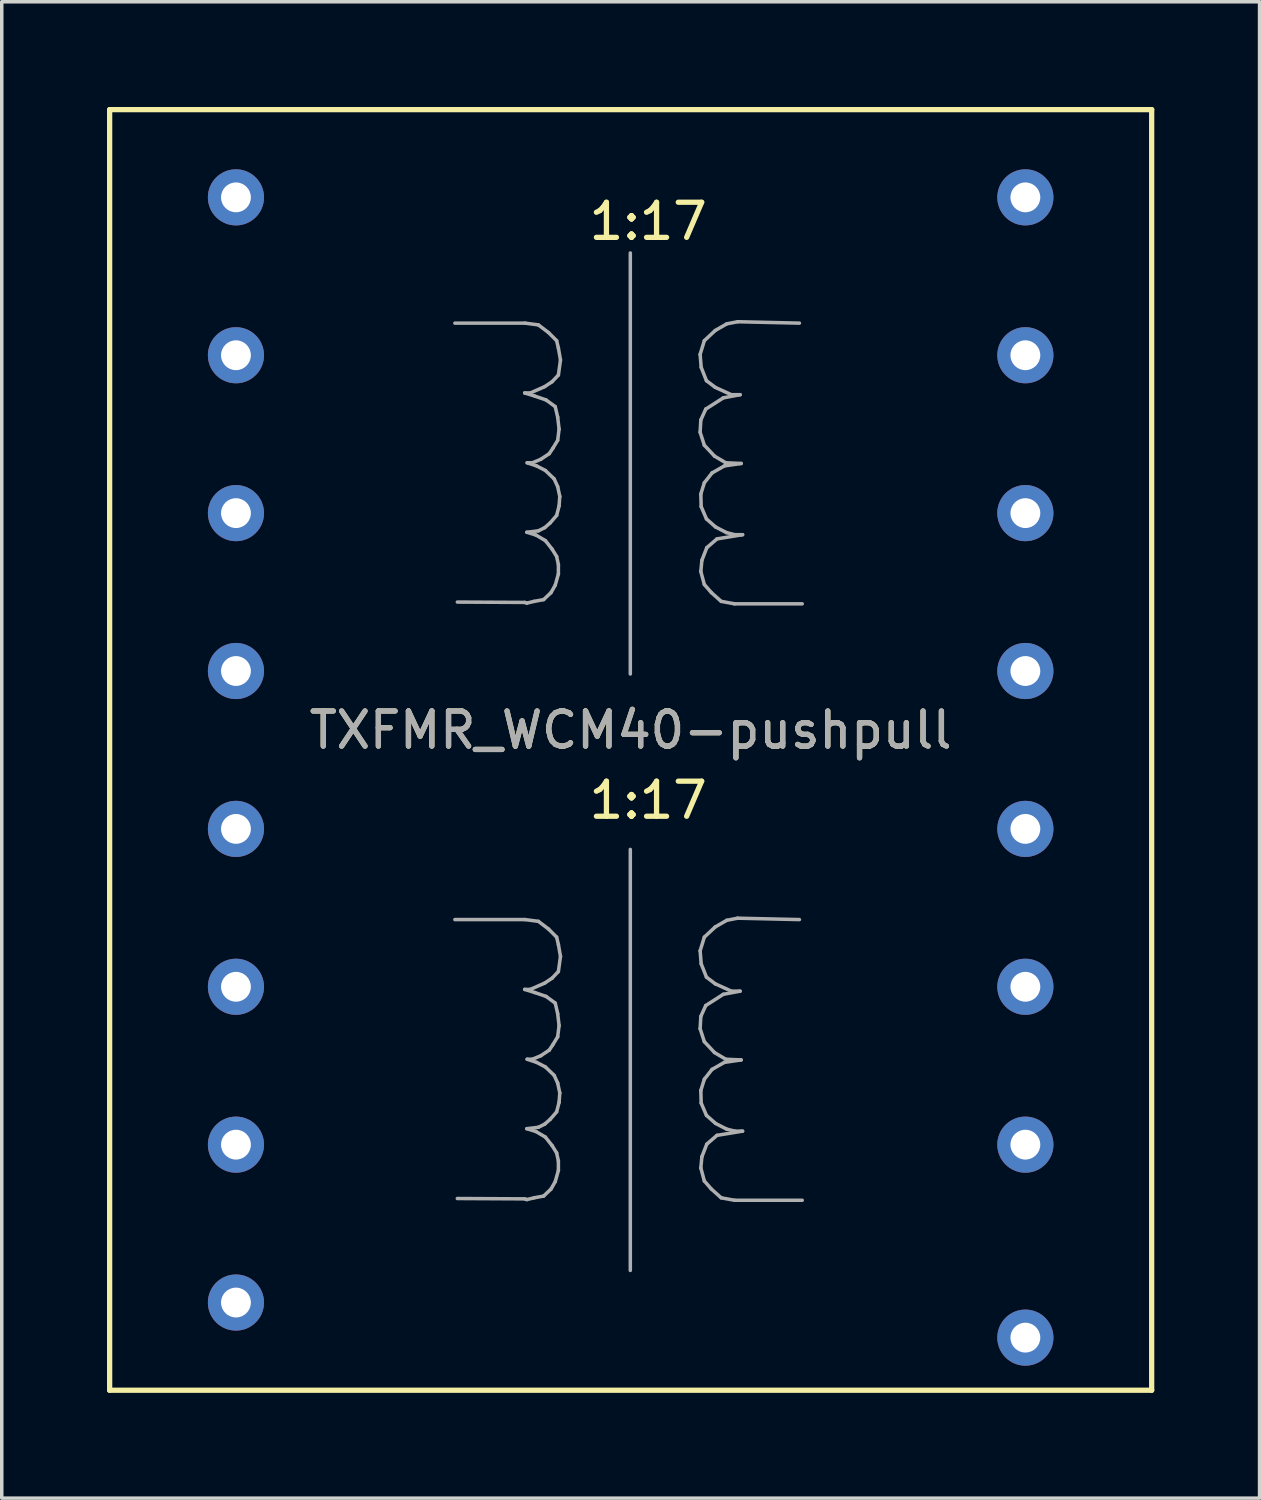
<source format=kicad_pcb>
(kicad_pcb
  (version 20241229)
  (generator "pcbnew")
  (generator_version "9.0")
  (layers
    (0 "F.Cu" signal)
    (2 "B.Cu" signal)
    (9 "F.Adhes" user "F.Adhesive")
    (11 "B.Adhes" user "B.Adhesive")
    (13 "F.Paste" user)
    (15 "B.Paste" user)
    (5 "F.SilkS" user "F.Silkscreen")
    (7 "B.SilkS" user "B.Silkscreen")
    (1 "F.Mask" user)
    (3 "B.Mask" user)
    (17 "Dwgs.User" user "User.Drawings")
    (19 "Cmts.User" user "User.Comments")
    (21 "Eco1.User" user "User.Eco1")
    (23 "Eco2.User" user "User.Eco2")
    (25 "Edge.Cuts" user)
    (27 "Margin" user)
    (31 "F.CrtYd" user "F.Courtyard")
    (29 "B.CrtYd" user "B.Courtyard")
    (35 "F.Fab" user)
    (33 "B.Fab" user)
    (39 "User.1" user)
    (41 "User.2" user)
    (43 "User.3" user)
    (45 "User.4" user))
  (footprint "TXFMR_WCM40-pushpull"
    (layer "F.Cu")
    (at 14.925 18.325)
    (property "Reference" "TXFMR_WCM40-pushpull" (at 0 -0.565 0) (layer "F.SilkS") (effects (font (size 1 1) (thickness 0.15))))
    (attr through_hole)
    (fp_line (start -14.85 -18.25) (end 14.85 -18.25) (stroke (width 0.15) (type solid)) (layer "F.SilkS"))
    (fp_line (start -14.85 18.25) (end -14.85 -18.25) (stroke (width 0.15) (type solid)) (layer "F.SilkS"))
    (fp_line (start 14.85 -18.25) (end 14.85 18.25) (stroke (width 0.15) (type solid)) (layer "F.SilkS"))
    (fp_line (start 14.85 18.25) (end -14.85 18.25) (stroke (width 0.15) (type solid)) (layer "F.SilkS"))
    (fp_line (start -5.01 -12.165) (end -3.01 -12.165) (stroke (width 0.1) (type solid)) (layer "F.Fab"))
    (fp_line (start -5.01 4.835) (end -3.01 4.835) (stroke (width 0.1) (type solid)) (layer "F.Fab"))
    (fp_line (start -3.02 -10.175) (end -2.73 -10.085) (stroke (width 0.1) (type solid)) (layer "F.Fab"))
    (fp_line (start -3.02 -4.205) (end -4.94 -4.215) (stroke (width 0.1) (type solid)) (layer "F.Fab"))
    (fp_line (start -3.02 6.825) (end -2.73 6.915) (stroke (width 0.1) (type solid)) (layer "F.Fab"))
    (fp_line (start -3.02 12.795) (end -4.94 12.785) (stroke (width 0.1) (type solid)) (layer "F.Fab"))
    (fp_line (start -3.01 -12.165) (end -2.63 -12.115) (stroke (width 0.1) (type solid)) (layer "F.Fab"))
    (fp_line (start -3.01 4.835) (end -2.63 4.885) (stroke (width 0.1) (type solid)) (layer "F.Fab"))
    (fp_line (start -2.96 -6.205) (end -2.7 -6.125) (stroke (width 0.1) (type solid)) (layer "F.Fab"))
    (fp_line (start -2.96 -4.185) (end -3.02 -4.205) (stroke (width 0.1) (type solid)) (layer "F.Fab"))
    (fp_line (start -2.96 10.795) (end -2.7 10.875) (stroke (width 0.1) (type solid)) (layer "F.Fab"))
    (fp_line (start -2.96 12.815) (end -3.02 12.795) (stroke (width 0.1) (type solid)) (layer "F.Fab"))
    (fp_line (start -2.95 -8.185) (end -2.68 -8.095) (stroke (width 0.1) (type solid)) (layer "F.Fab"))
    (fp_line (start -2.95 8.815) (end -2.68 8.905) (stroke (width 0.1) (type solid)) (layer "F.Fab"))
    (fp_line (start -2.86 -10.175) (end -3.02 -10.175) (stroke (width 0.1) (type solid)) (layer "F.Fab"))
    (fp_line (start -2.86 6.825) (end -3.02 6.825) (stroke (width 0.1) (type solid)) (layer "F.Fab"))
    (fp_line (start -2.8 -8.185) (end -2.95 -8.185) (stroke (width 0.1) (type solid)) (layer "F.Fab"))
    (fp_line (start -2.8 8.815) (end -2.95 8.815) (stroke (width 0.1) (type solid)) (layer "F.Fab"))
    (fp_line (start -2.75 -4.235) (end -2.96 -4.185) (stroke (width 0.1) (type solid)) (layer "F.Fab"))
    (fp_line (start -2.75 12.765) (end -2.96 12.815) (stroke (width 0.1) (type solid)) (layer "F.Fab"))
    (fp_line (start -2.73 -10.085) (end -2.41 -9.975) (stroke (width 0.1) (type solid)) (layer "F.Fab"))
    (fp_line (start -2.73 6.915) (end -2.41 7.025) (stroke (width 0.1) (type solid)) (layer "F.Fab"))
    (fp_line (start -2.7 -6.125) (end -2.43 -5.965) (stroke (width 0.1) (type solid)) (layer "F.Fab"))
    (fp_line (start -2.7 10.875) (end -2.43 11.035) (stroke (width 0.1) (type solid)) (layer "F.Fab"))
    (fp_line (start -2.68 -8.095) (end -2.43 -7.965) (stroke (width 0.1) (type solid)) (layer "F.Fab"))
    (fp_line (start -2.68 8.905) (end -2.43 9.035) (stroke (width 0.1) (type solid)) (layer "F.Fab"))
    (fp_line (start -2.63 -12.115) (end -2.34 -11.895) (stroke (width 0.1) (type solid)) (layer "F.Fab"))
    (fp_line (start -2.63 -6.245) (end -2.96 -6.205) (stroke (width 0.1) (type solid)) (layer "F.Fab"))
    (fp_line (start -2.63 4.885) (end -2.34 5.105) (stroke (width 0.1) (type solid)) (layer "F.Fab"))
    (fp_line (start -2.63 10.755) (end -2.96 10.795) (stroke (width 0.1) (type solid)) (layer "F.Fab"))
    (fp_line (start -2.56 -8.285) (end -2.8 -8.185) (stroke (width 0.1) (type solid)) (layer "F.Fab"))
    (fp_line (start -2.56 8.715) (end -2.8 8.815) (stroke (width 0.1) (type solid)) (layer "F.Fab"))
    (fp_line (start -2.48 -4.285) (end -2.75 -4.235) (stroke (width 0.1) (type solid)) (layer "F.Fab"))
    (fp_line (start -2.48 12.715) (end -2.75 12.765) (stroke (width 0.1) (type solid)) (layer "F.Fab"))
    (fp_line (start -2.45 -10.355) (end -2.86 -10.175) (stroke (width 0.1) (type solid)) (layer "F.Fab"))
    (fp_line (start -2.45 -6.335) (end -2.63 -6.245) (stroke (width 0.1) (type solid)) (layer "F.Fab"))
    (fp_line (start -2.45 6.645) (end -2.86 6.825) (stroke (width 0.1) (type solid)) (layer "F.Fab"))
    (fp_line (start -2.45 10.665) (end -2.63 10.755) (stroke (width 0.1) (type solid)) (layer "F.Fab"))
    (fp_line (start -2.43 -7.965) (end -2.18 -7.725) (stroke (width 0.1) (type solid)) (layer "F.Fab"))
    (fp_line (start -2.43 -5.965) (end -2.24 -5.725) (stroke (width 0.1) (type solid)) (layer "F.Fab"))
    (fp_line (start -2.43 9.035) (end -2.18 9.275) (stroke (width 0.1) (type solid)) (layer "F.Fab"))
    (fp_line (start -2.43 11.035) (end -2.24 11.275) (stroke (width 0.1) (type solid)) (layer "F.Fab"))
    (fp_line (start -2.41 -9.975) (end -2.15 -9.785) (stroke (width 0.1) (type solid)) (layer "F.Fab"))
    (fp_line (start -2.41 7.025) (end -2.15 7.215) (stroke (width 0.1) (type solid)) (layer "F.Fab"))
    (fp_line (start -2.34 -11.895) (end -2.11 -11.665) (stroke (width 0.1) (type solid)) (layer "F.Fab"))
    (fp_line (start -2.34 5.105) (end -2.11 5.335) (stroke (width 0.1) (type solid)) (layer "F.Fab"))
    (fp_line (start -2.32 -8.445) (end -2.56 -8.285) (stroke (width 0.1) (type solid)) (layer "F.Fab"))
    (fp_line (start -2.32 8.555) (end -2.56 8.715) (stroke (width 0.1) (type solid)) (layer "F.Fab"))
    (fp_line (start -2.29 -6.475) (end -2.45 -6.335) (stroke (width 0.1) (type solid)) (layer "F.Fab"))
    (fp_line (start -2.29 10.525) (end -2.45 10.665) (stroke (width 0.1) (type solid)) (layer "F.Fab"))
    (fp_line (start -2.27 -4.485) (end -2.48 -4.285) (stroke (width 0.1) (type solid)) (layer "F.Fab"))
    (fp_line (start -2.27 12.515) (end -2.48 12.715) (stroke (width 0.1) (type solid)) (layer "F.Fab"))
    (fp_line (start -2.24 -10.495) (end -2.45 -10.355) (stroke (width 0.1) (type solid)) (layer "F.Fab"))
    (fp_line (start -2.24 -5.725) (end -2.11 -5.515) (stroke (width 0.1) (type solid)) (layer "F.Fab"))
    (fp_line (start -2.24 6.505) (end -2.45 6.645) (stroke (width 0.1) (type solid)) (layer "F.Fab"))
    (fp_line (start -2.24 11.275) (end -2.11 11.485) (stroke (width 0.1) (type solid)) (layer "F.Fab"))
    (fp_line (start -2.22 -8.595) (end -2.32 -8.445) (stroke (width 0.1) (type solid)) (layer "F.Fab"))
    (fp_line (start -2.22 8.405) (end -2.32 8.555) (stroke (width 0.1) (type solid)) (layer "F.Fab"))
    (fp_line (start -2.18 -7.725) (end -2.08 -7.505) (stroke (width 0.1) (type solid)) (layer "F.Fab"))
    (fp_line (start -2.18 9.275) (end -2.08 9.495) (stroke (width 0.1) (type solid)) (layer "F.Fab"))
    (fp_line (start -2.15 -9.785) (end -2.08 -9.485) (stroke (width 0.1) (type solid)) (layer "F.Fab"))
    (fp_line (start -2.15 -4.695) (end -2.27 -4.485) (stroke (width 0.1) (type solid)) (layer "F.Fab"))
    (fp_line (start -2.15 7.215) (end -2.08 7.515) (stroke (width 0.1) (type solid)) (layer "F.Fab"))
    (fp_line (start -2.15 12.305) (end -2.27 12.515) (stroke (width 0.1) (type solid)) (layer "F.Fab"))
    (fp_line (start -2.11 -11.665) (end -2.06 -11.455) (stroke (width 0.1) (type solid)) (layer "F.Fab"))
    (fp_line (start -2.11 -6.685) (end -2.29 -6.475) (stroke (width 0.1) (type solid)) (layer "F.Fab"))
    (fp_line (start -2.11 -5.515) (end -2.06 -5.285) (stroke (width 0.1) (type solid)) (layer "F.Fab"))
    (fp_line (start -2.11 5.335) (end -2.06 5.545) (stroke (width 0.1) (type solid)) (layer "F.Fab"))
    (fp_line (start -2.11 10.315) (end -2.29 10.525) (stroke (width 0.1) (type solid)) (layer "F.Fab"))
    (fp_line (start -2.11 11.485) (end -2.06 11.715) (stroke (width 0.1) (type solid)) (layer "F.Fab"))
    (fp_line (start -2.08 -9.485) (end -2.04 -9.145) (stroke (width 0.1) (type solid)) (layer "F.Fab"))
    (fp_line (start -2.08 -8.825) (end -2.22 -8.595) (stroke (width 0.1) (type solid)) (layer "F.Fab"))
    (fp_line (start -2.08 -7.505) (end -2.02 -7.225) (stroke (width 0.1) (type solid)) (layer "F.Fab"))
    (fp_line (start -2.08 7.515) (end -2.04 7.855) (stroke (width 0.1) (type solid)) (layer "F.Fab"))
    (fp_line (start -2.08 8.175) (end -2.22 8.405) (stroke (width 0.1) (type solid)) (layer "F.Fab"))
    (fp_line (start -2.08 9.495) (end -2.02 9.775) (stroke (width 0.1) (type solid)) (layer "F.Fab"))
    (fp_line (start -2.06 -11.455) (end -2 -11.115) (stroke (width 0.1) (type solid)) (layer "F.Fab"))
    (fp_line (start -2.06 -10.685) (end -2.24 -10.495) (stroke (width 0.1) (type solid)) (layer "F.Fab"))
    (fp_line (start -2.06 -5.285) (end -2.06 -5.015) (stroke (width 0.1) (type solid)) (layer "F.Fab"))
    (fp_line (start -2.06 -5.015) (end -2.15 -4.695) (stroke (width 0.1) (type solid)) (layer "F.Fab"))
    (fp_line (start -2.06 5.545) (end -2 5.885) (stroke (width 0.1) (type solid)) (layer "F.Fab"))
    (fp_line (start -2.06 6.315) (end -2.24 6.505) (stroke (width 0.1) (type solid)) (layer "F.Fab"))
    (fp_line (start -2.06 11.715) (end -2.06 11.985) (stroke (width 0.1) (type solid)) (layer "F.Fab"))
    (fp_line (start -2.06 11.985) (end -2.15 12.305) (stroke (width 0.1) (type solid)) (layer "F.Fab"))
    (fp_line (start -2.04 -9.145) (end -2.08 -8.825) (stroke (width 0.1) (type solid)) (layer "F.Fab"))
    (fp_line (start -2.04 -6.955) (end -2.11 -6.685) (stroke (width 0.1) (type solid)) (layer "F.Fab"))
    (fp_line (start -2.04 7.855) (end -2.08 8.175) (stroke (width 0.1) (type solid)) (layer "F.Fab"))
    (fp_line (start -2.04 10.045) (end -2.11 10.315) (stroke (width 0.1) (type solid)) (layer "F.Fab"))
    (fp_line (start -2.02 -7.225) (end -2.04 -6.955) (stroke (width 0.1) (type solid)) (layer "F.Fab"))
    (fp_line (start -2.02 9.775) (end -2.04 10.045) (stroke (width 0.1) (type solid)) (layer "F.Fab"))
    (fp_line (start -2 -11.115) (end -2.06 -10.685) (stroke (width 0.1) (type solid)) (layer "F.Fab"))
    (fp_line (start -2 5.885) (end -2.06 6.315) (stroke (width 0.1) (type solid)) (layer "F.Fab"))
    (fp_line (start -0.01 -14.165) (end -0.01 -2.165) (stroke (width 0.1) (type solid)) (layer "F.Fab"))
    (fp_line (start -0.01 2.835) (end -0.01 14.835) (stroke (width 0.1) (type solid)) (layer "F.Fab"))
    (fp_line (start 1.98 -11.275) (end 2.01 -10.905) (stroke (width 0.1) (type solid)) (layer "F.Fab"))
    (fp_line (start 1.98 -9.055) (end 2.1 -8.685) (stroke (width 0.1) (type solid)) (layer "F.Fab"))
    (fp_line (start 1.98 5.725) (end 2.01 6.095) (stroke (width 0.1) (type solid)) (layer "F.Fab"))
    (fp_line (start 1.98 7.945) (end 2.1 8.315) (stroke (width 0.1) (type solid)) (layer "F.Fab"))
    (fp_line (start 2 -9.405) (end 1.98 -9.055) (stroke (width 0.1) (type solid)) (layer "F.Fab"))
    (fp_line (start 2 -7.295) (end 2.01 -6.935) (stroke (width 0.1) (type solid)) (layer "F.Fab"))
    (fp_line (start 2 -5.085) (end 2.1 -4.715) (stroke (width 0.1) (type solid)) (layer "F.Fab"))
    (fp_line (start 2 7.595) (end 1.98 7.945) (stroke (width 0.1) (type solid)) (layer "F.Fab"))
    (fp_line (start 2 9.705) (end 2.01 10.065) (stroke (width 0.1) (type solid)) (layer "F.Fab"))
    (fp_line (start 2 11.915) (end 2.1 12.285) (stroke (width 0.1) (type solid)) (layer "F.Fab"))
    (fp_line (start 2.01 -10.905) (end 2.16 -10.525) (stroke (width 0.1) (type solid)) (layer "F.Fab"))
    (fp_line (start 2.01 -6.935) (end 2.16 -6.585) (stroke (width 0.1) (type solid)) (layer "F.Fab"))
    (fp_line (start 2.01 6.095) (end 2.16 6.475) (stroke (width 0.1) (type solid)) (layer "F.Fab"))
    (fp_line (start 2.01 10.065) (end 2.16 10.415) (stroke (width 0.1) (type solid)) (layer "F.Fab"))
    (fp_line (start 2.03 -5.405) (end 2 -5.085) (stroke (width 0.1) (type solid)) (layer "F.Fab"))
    (fp_line (start 2.03 11.595) (end 2 11.915) (stroke (width 0.1) (type solid)) (layer "F.Fab"))
    (fp_line (start 2.1 -11.665) (end 1.98 -11.275) (stroke (width 0.1) (type solid)) (layer "F.Fab"))
    (fp_line (start 2.1 -8.685) (end 2.39 -8.375) (stroke (width 0.1) (type solid)) (layer "F.Fab"))
    (fp_line (start 2.1 -7.615) (end 2 -7.295) (stroke (width 0.1) (type solid)) (layer "F.Fab"))
    (fp_line (start 2.1 -4.715) (end 2.3 -4.485) (stroke (width 0.1) (type solid)) (layer "F.Fab"))
    (fp_line (start 2.1 5.335) (end 1.98 5.725) (stroke (width 0.1) (type solid)) (layer "F.Fab"))
    (fp_line (start 2.1 8.315) (end 2.39 8.625) (stroke (width 0.1) (type solid)) (layer "F.Fab"))
    (fp_line (start 2.1 9.385) (end 2 9.705) (stroke (width 0.1) (type solid)) (layer "F.Fab"))
    (fp_line (start 2.1 12.285) (end 2.3 12.515) (stroke (width 0.1) (type solid)) (layer "F.Fab"))
    (fp_line (start 2.14 -9.715) (end 2 -9.405) (stroke (width 0.1) (type solid)) (layer "F.Fab"))
    (fp_line (start 2.14 7.285) (end 2 7.595) (stroke (width 0.1) (type solid)) (layer "F.Fab"))
    (fp_line (start 2.16 -10.525) (end 2.41 -10.335) (stroke (width 0.1) (type solid)) (layer "F.Fab"))
    (fp_line (start 2.16 -6.585) (end 2.42 -6.355) (stroke (width 0.1) (type solid)) (layer "F.Fab"))
    (fp_line (start 2.16 6.475) (end 2.41 6.665) (stroke (width 0.1) (type solid)) (layer "F.Fab"))
    (fp_line (start 2.16 10.415) (end 2.42 10.645) (stroke (width 0.1) (type solid)) (layer "F.Fab"))
    (fp_line (start 2.17 -5.765) (end 2.03 -5.405) (stroke (width 0.1) (type solid)) (layer "F.Fab"))
    (fp_line (start 2.17 11.235) (end 2.03 11.595) (stroke (width 0.1) (type solid)) (layer "F.Fab"))
    (fp_line (start 2.3 -4.485) (end 2.58 -4.235) (stroke (width 0.1) (type solid)) (layer "F.Fab"))
    (fp_line (start 2.3 12.515) (end 2.58 12.765) (stroke (width 0.1) (type solid)) (layer "F.Fab"))
    (fp_line (start 2.32 -7.895) (end 2.1 -7.615) (stroke (width 0.1) (type solid)) (layer "F.Fab"))
    (fp_line (start 2.32 9.105) (end 2.1 9.385) (stroke (width 0.1) (type solid)) (layer "F.Fab"))
    (fp_line (start 2.39 -8.375) (end 2.71 -8.185) (stroke (width 0.1) (type solid)) (layer "F.Fab"))
    (fp_line (start 2.39 8.625) (end 2.71 8.815) (stroke (width 0.1) (type solid)) (layer "F.Fab"))
    (fp_line (start 2.41 -11.955) (end 2.1 -11.665) (stroke (width 0.1) (type solid)) (layer "F.Fab"))
    (fp_line (start 2.41 -10.335) (end 2.87 -10.125) (stroke (width 0.1) (type solid)) (layer "F.Fab"))
    (fp_line (start 2.41 5.045) (end 2.1 5.335) (stroke (width 0.1) (type solid)) (layer "F.Fab"))
    (fp_line (start 2.41 6.665) (end 2.87 6.875) (stroke (width 0.1) (type solid)) (layer "F.Fab"))
    (fp_line (start 2.42 -6.355) (end 2.73 -6.195) (stroke (width 0.1) (type solid)) (layer "F.Fab"))
    (fp_line (start 2.42 10.645) (end 2.73 10.805) (stroke (width 0.1) (type solid)) (layer "F.Fab"))
    (fp_line (start 2.46 -6.015) (end 2.17 -5.765) (stroke (width 0.1) (type solid)) (layer "F.Fab"))
    (fp_line (start 2.46 10.985) (end 2.17 11.235) (stroke (width 0.1) (type solid)) (layer "F.Fab"))
    (fp_line (start 2.58 -4.235) (end 2.96 -4.165) (stroke (width 0.1) (type solid)) (layer "F.Fab"))
    (fp_line (start 2.58 12.765) (end 2.96 12.835) (stroke (width 0.1) (type solid)) (layer "F.Fab"))
    (fp_line (start 2.64 -10.035) (end 2.14 -9.715) (stroke (width 0.1) (type solid)) (layer "F.Fab"))
    (fp_line (start 2.64 6.965) (end 2.14 7.285) (stroke (width 0.1) (type solid)) (layer "F.Fab"))
    (fp_line (start 2.67 -8.095) (end 2.32 -7.895) (stroke (width 0.1) (type solid)) (layer "F.Fab"))
    (fp_line (start 2.67 8.905) (end 2.32 9.105) (stroke (width 0.1) (type solid)) (layer "F.Fab"))
    (fp_line (start 2.71 -8.185) (end 3.15 -8.165) (stroke (width 0.1) (type solid)) (layer "F.Fab"))
    (fp_line (start 2.71 8.815) (end 3.15 8.835) (stroke (width 0.1) (type solid)) (layer "F.Fab"))
    (fp_line (start 2.73 -6.195) (end 2.97 -6.135) (stroke (width 0.1) (type solid)) (layer "F.Fab"))
    (fp_line (start 2.73 10.805) (end 2.97 10.865) (stroke (width 0.1) (type solid)) (layer "F.Fab"))
    (fp_line (start 2.74 -12.145) (end 2.41 -11.955) (stroke (width 0.1) (type solid)) (layer "F.Fab"))
    (fp_line (start 2.74 4.855) (end 2.41 5.045) (stroke (width 0.1) (type solid)) (layer "F.Fab"))
    (fp_line (start 2.87 -10.125) (end 3.12 -10.125) (stroke (width 0.1) (type solid)) (layer "F.Fab"))
    (fp_line (start 2.87 6.875) (end 3.12 6.875) (stroke (width 0.1) (type solid)) (layer "F.Fab"))
    (fp_line (start 2.96 -4.165) (end 4.89 -4.165) (stroke (width 0.1) (type solid)) (layer "F.Fab"))
    (fp_line (start 2.96 12.835) (end 4.89 12.835) (stroke (width 0.1) (type solid)) (layer "F.Fab"))
    (fp_line (start 2.97 -6.135) (end 3.19 -6.135) (stroke (width 0.1) (type solid)) (layer "F.Fab"))
    (fp_line (start 2.97 10.865) (end 3.19 10.865) (stroke (width 0.1) (type solid)) (layer "F.Fab"))
    (fp_line (start 3.05 -12.205) (end 2.74 -12.145) (stroke (width 0.1) (type solid)) (layer "F.Fab"))
    (fp_line (start 3.05 4.795) (end 2.74 4.855) (stroke (width 0.1) (type solid)) (layer "F.Fab"))
    (fp_line (start 3.12 -10.125) (end 2.64 -10.035) (stroke (width 0.1) (type solid)) (layer "F.Fab"))
    (fp_line (start 3.12 6.875) (end 2.64 6.965) (stroke (width 0.1) (type solid)) (layer "F.Fab"))
    (fp_line (start 3.15 -8.165) (end 2.67 -8.095) (stroke (width 0.1) (type solid)) (layer "F.Fab"))
    (fp_line (start 3.15 8.835) (end 2.67 8.905) (stroke (width 0.1) (type solid)) (layer "F.Fab"))
    (fp_line (start 3.19 -6.135) (end 2.46 -6.015) (stroke (width 0.1) (type solid)) (layer "F.Fab"))
    (fp_line (start 3.19 10.865) (end 2.46 10.985) (stroke (width 0.1) (type solid)) (layer "F.Fab"))
    (fp_line (start 4.81 -12.165) (end 3.05 -12.205) (stroke (width 0.1) (type solid)) (layer "F.Fab"))
    (fp_line (start 4.81 4.835) (end 3.05 4.795) (stroke (width 0.1) (type solid)) (layer "F.Fab"))
    (fp_text user "1:17" (at 0.5 1.435 0) (layer "F.SilkS") (effects (font (size 1 1) (thickness 0.15))))
    (fp_text user "1:17" (at 0.5 -15.065 0) (layer "F.SilkS") (effects (font (size 1 1) (thickness 0.15))))
    (fp_text user "${REFERENCE}" (at 0 -0.565 0) (layer "F.Fab") (effects (font (size 1 1) (thickness 0.15))))
    (pad "P1" thru_hole circle (at -11.25 -15.75 270) (size 1.6 1.6) (drill 0.85) (layers "*.Cu" "*.Mask"))
    (pad "P1" thru_hole circle (at -11.25 -11.25 270) (size 1.6 1.6) (drill 0.85) (layers "*.Cu" "*.Mask"))
    (pad "P2" thru_hole circle (at -11.25 11.25 270) (size 1.6 1.6) (drill 0.85) (layers "*.Cu" "*.Mask"))
    (pad "P2" thru_hole circle (at -11.25 15.75 270) (size 1.6 1.6) (drill 0.85) (layers "*.Cu" "*.Mask"))
    (pad "Pc1" thru_hole circle (at -11.25 -6.75 270) (size 1.6 1.6) (drill 0.85) (layers "*.Cu" "*.Mask"))
    (pad "Pc1" thru_hole circle (at -11.25 -2.25 270) (size 1.6 1.6) (drill 0.85) (layers "*.Cu" "*.Mask"))
    (pad "Pc2" thru_hole circle (at -11.25 2.25 270) (size 1.6 1.6) (drill 0.85) (layers "*.Cu" "*.Mask"))
    (pad "Pc2" thru_hole circle (at -11.25 6.75 270) (size 1.6 1.6) (drill 0.85) (layers "*.Cu" "*.Mask"))
    (pad "S1" thru_hole circle (at 11.25 -15.75 270) (size 1.6 1.6) (drill 0.85) (layers "*.Cu" "*.Mask"))
    (pad "S1" thru_hole circle (at 11.25 -11.25 270) (size 1.6 1.6) (drill 0.85) (layers "*.Cu" "*.Mask"))
    (pad "S2" thru_hole circle (at 11.25 11.25 270) (size 1.6 1.6) (drill 0.85) (layers "*.Cu" "*.Mask"))
    (pad "S2" thru_hole circle (at 11.25 16.75 270) (size 1.6 1.6) (drill 0.85) (layers "*.Cu" "*.Mask"))
    (pad "Sc1" thru_hole circle (at 11.25 -6.75 270) (size 1.6 1.6) (drill 0.85) (layers "*.Cu" "*.Mask"))
    (pad "Sc1" thru_hole circle (at 11.25 -2.25 270) (size 1.6 1.6) (drill 0.85) (layers "*.Cu" "*.Mask"))
    (pad "Sc2" thru_hole circle (at 11.25 2.25 270) (size 1.6 1.6) (drill 0.85) (layers "*.Cu" "*.Mask"))
    (pad "Sc2" thru_hole circle (at 11.25 6.75 270) (size 1.6 1.6) (drill 0.85) (layers "*.Cu" "*.Mask")))
  (gr_rect
    (start -3 -3)
    (end 32.85 39.65)
    (stroke (width 0.1) (type default))
    (fill no)
    (layer "Edge.Cuts")))
</source>
